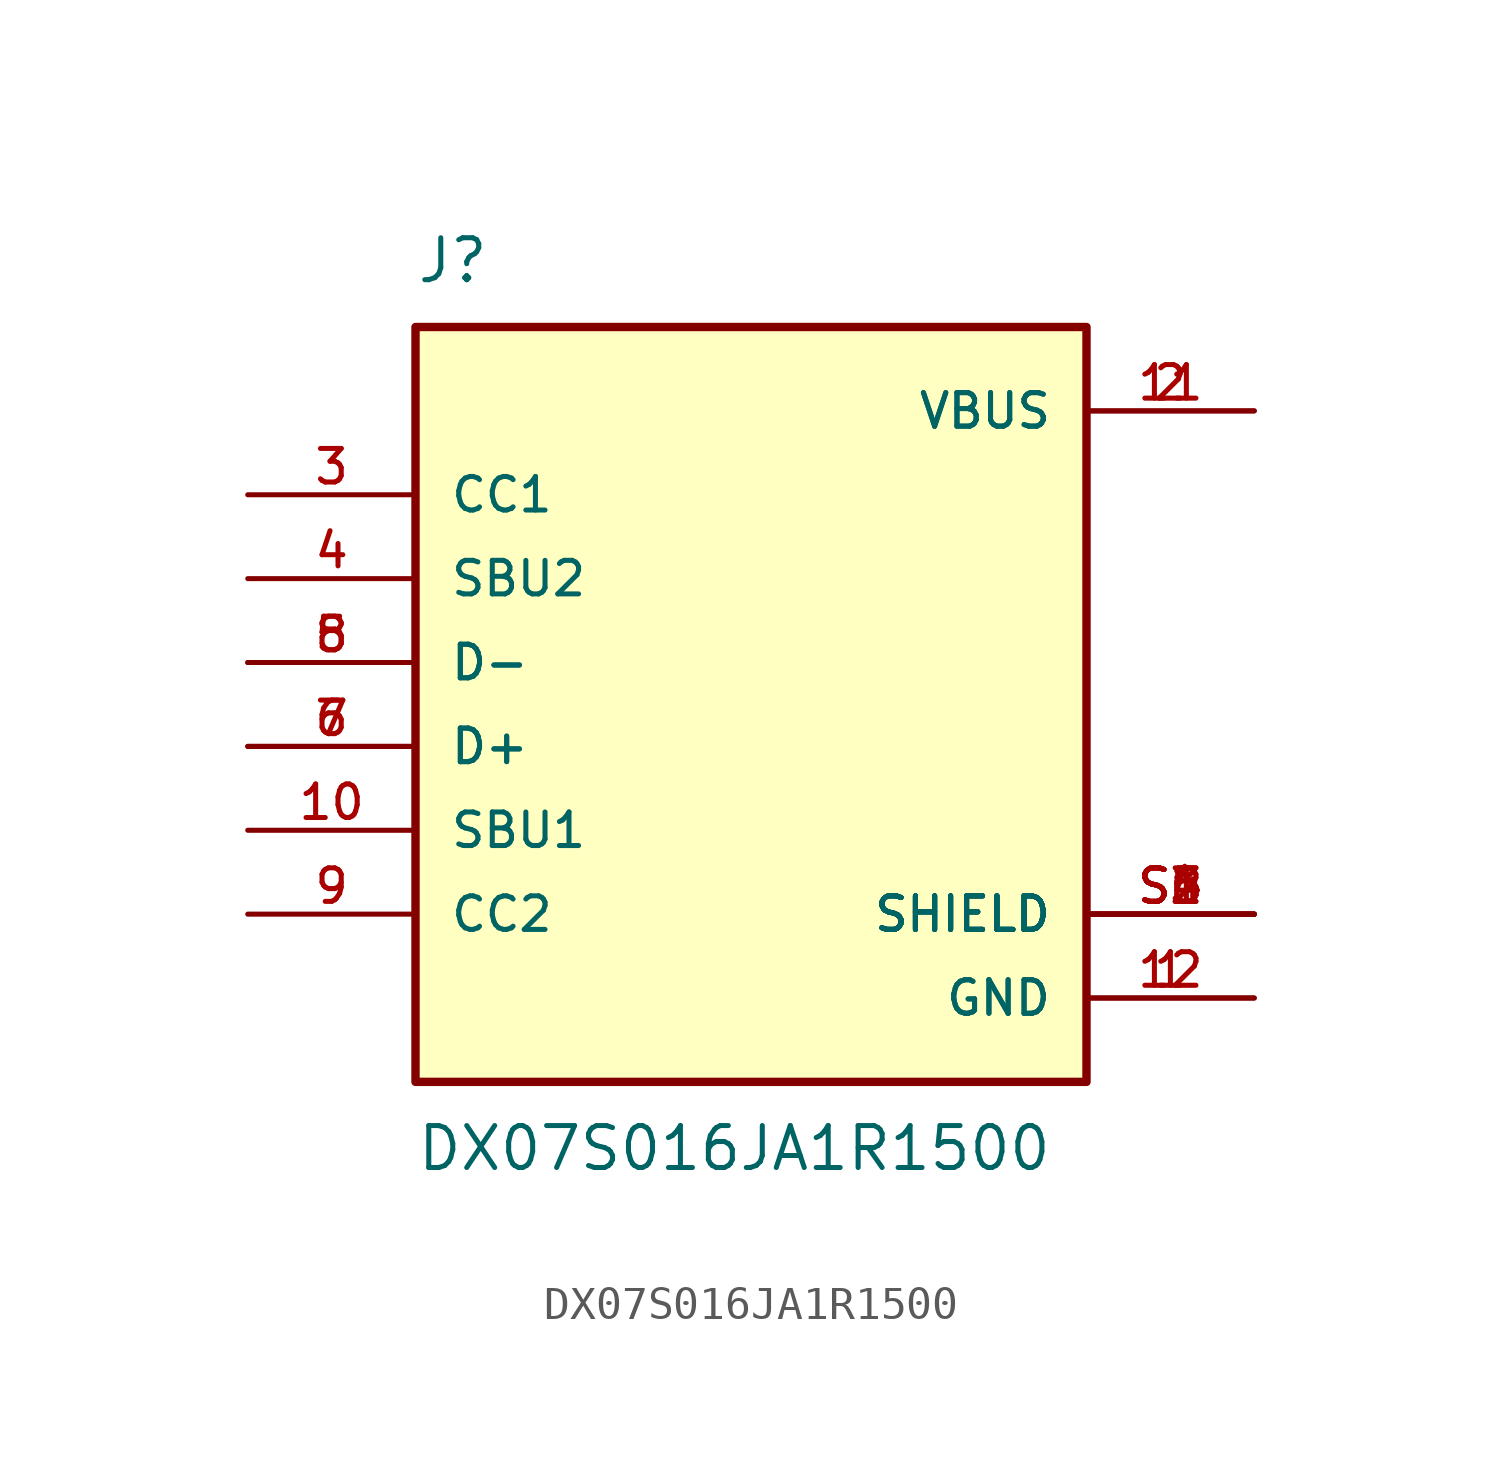
<source format=kicad_sym>
(kicad_symbol_lib
  (version 20211014)
  (generator kicad_symbol_editor)
  (symbol "DX07S016JA1R1500"
    (pin_names
      (offset 1.016))
    (property "Reference" "J"
      (at -10.16 11.43 0)
      (effects (font (size 1.27 1.27)) (justify bottom left)))
    (property "Value" "DX07S016JA1R1500"
      (at -10.16 -13.97 0)
      (effects (font (size 1.27 1.27)) (justify top left)))
    (symbol "DX07S016JA1R1500_0_0"
      (rectangle (start -10.16 -12.7) (end 10.16 10.16) (stroke (width 0.254)) (fill (type background)))
      (pin power_in line (at 15.24 -10.16 180.0) (length 5.08) (name "GND" (effects (font (size 1.016 1.016)))) (number "1" (effects (font (size 1.016 1.016)))))
      (pin power_in line (at 15.24 -10.16 180.0) (length 5.08) (name "GND" (effects (font (size 1.016 1.016)))) (number "12" (effects (font (size 1.016 1.016)))))
      (pin power_in line (at 15.24 7.62 180.0) (length 5.08) (name "VBUS" (effects (font (size 1.016 1.016)))) (number "2" (effects (font (size 1.016 1.016)))))
      (pin power_in line (at 15.24 7.62 180.0) (length 5.08) (name "VBUS" (effects (font (size 1.016 1.016)))) (number "11" (effects (font (size 1.016 1.016)))))
      (pin passive line (at -15.24 5.08 0) (length 5.08) (name "CC1" (effects (font (size 1.016 1.016)))) (number "3" (effects (font (size 1.016 1.016)))))
      (pin passive line (at -15.24 2.54 0) (length 5.08) (name "SBU2" (effects (font (size 1.016 1.016)))) (number "4" (effects (font (size 1.016 1.016)))))
      (pin passive line (at -15.24 0.0 0) (length 5.08) (name "D-" (effects (font (size 1.016 1.016)))) (number "5" (effects (font (size 1.016 1.016)))))
      (pin passive line (at -15.24 0.0 0) (length 5.08) (name "D-" (effects (font (size 1.016 1.016)))) (number "8" (effects (font (size 1.016 1.016)))))
      (pin passive line (at -15.24 -2.54 0) (length 5.08) (name "D+" (effects (font (size 1.016 1.016)))) (number "6" (effects (font (size 1.016 1.016)))))
      (pin passive line (at -15.24 -2.54 0) (length 5.08) (name "D+" (effects (font (size 1.016 1.016)))) (number "7" (effects (font (size 1.016 1.016)))))
      (pin passive line (at -15.24 -7.62 0) (length 5.08) (name "CC2" (effects (font (size 1.016 1.016)))) (number "9" (effects (font (size 1.016 1.016)))))
      (pin passive line (at -15.24 -5.08 0) (length 5.08) (name "SBU1" (effects (font (size 1.016 1.016)))) (number "10" (effects (font (size 1.016 1.016)))))
      (pin passive line (at 15.24 -7.62 180.0) (length 5.08) (name "SHIELD" (effects (font (size 1.016 1.016)))) (number "S1" (effects (font (size 1.016 1.016)))))
      (pin passive line (at 15.24 -7.62 180.0) (length 5.08) (name "SHIELD" (effects (font (size 1.016 1.016)))) (number "S2" (effects (font (size 1.016 1.016)))))
      (pin passive line (at 15.24 -7.62 180.0) (length 5.08) (name "SHIELD" (effects (font (size 1.016 1.016)))) (number "S3" (effects (font (size 1.016 1.016)))))
      (pin passive line (at 15.24 -7.62 180.0) (length 5.08) (name "SHIELD" (effects (font (size 1.016 1.016)))) (number "S4" (effects (font (size 1.016 1.016)))))
      (pin passive line (at 15.24 -7.62 180.0) (length 5.08) (name "SHIELD" (effects (font (size 1.016 1.016)))) (number "S5" (effects (font (size 1.016 1.016)))))
      (pin passive line (at 15.24 -7.62 180.0) (length 5.08) (name "SHIELD" (effects (font (size 1.016 1.016)))) (number "S6" (effects (font (size 1.016 1.016))))))))
</source>
